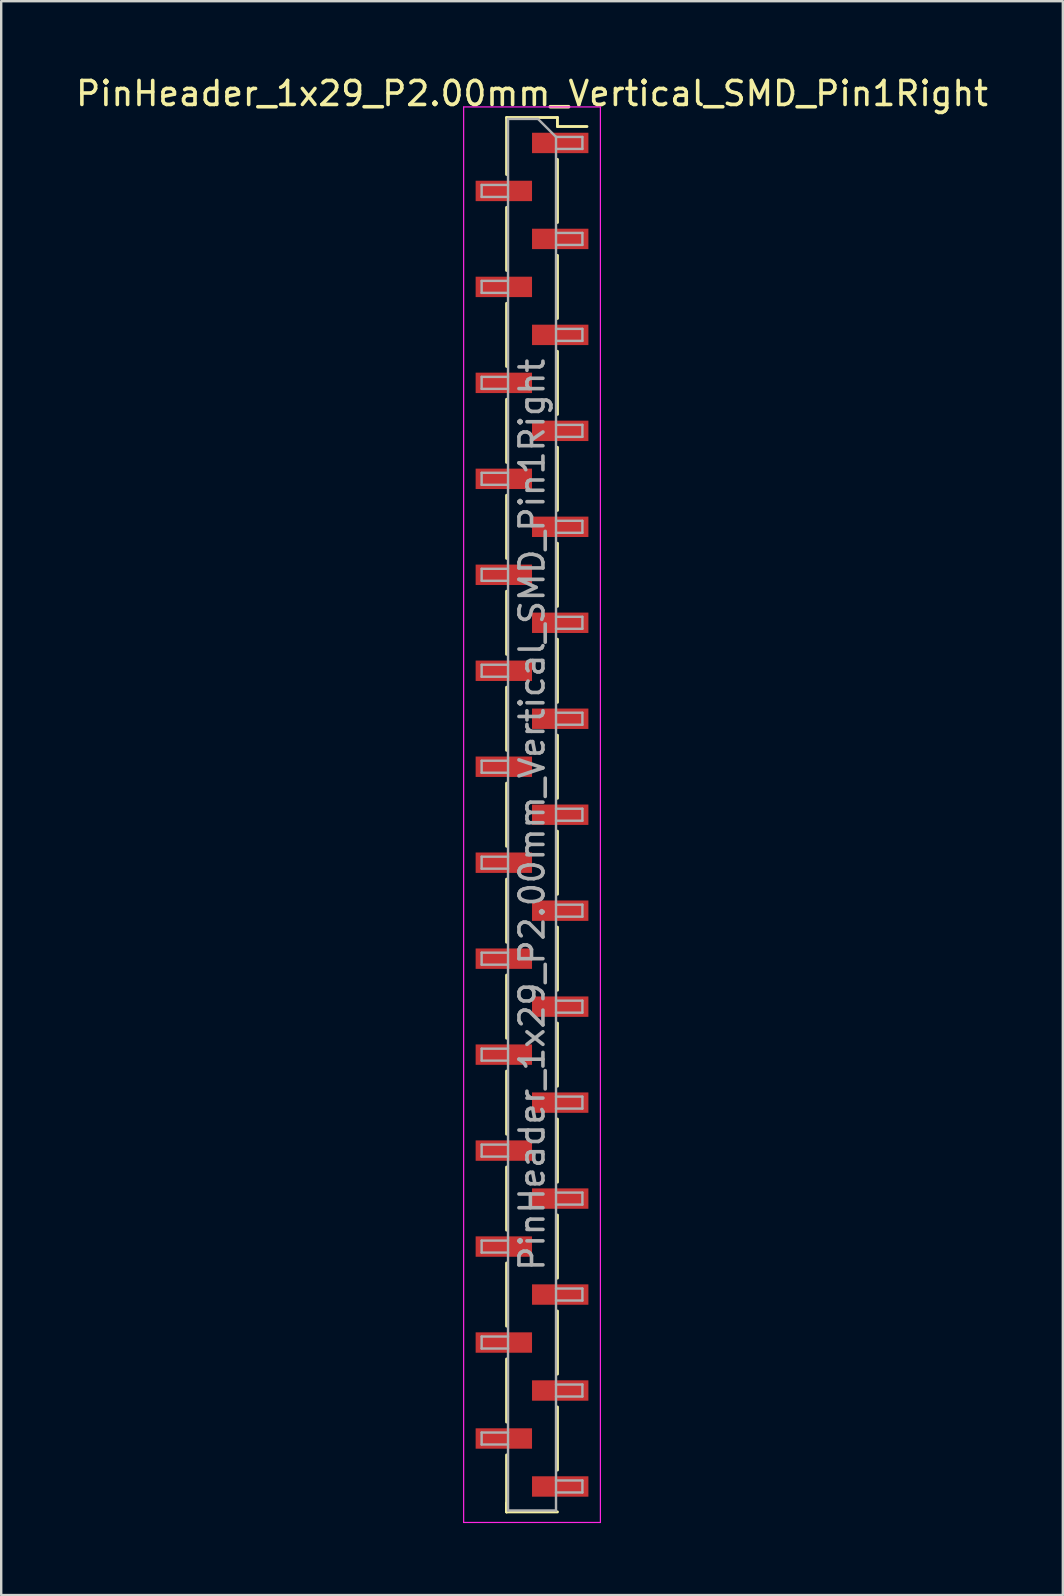
<source format=kicad_pcb>
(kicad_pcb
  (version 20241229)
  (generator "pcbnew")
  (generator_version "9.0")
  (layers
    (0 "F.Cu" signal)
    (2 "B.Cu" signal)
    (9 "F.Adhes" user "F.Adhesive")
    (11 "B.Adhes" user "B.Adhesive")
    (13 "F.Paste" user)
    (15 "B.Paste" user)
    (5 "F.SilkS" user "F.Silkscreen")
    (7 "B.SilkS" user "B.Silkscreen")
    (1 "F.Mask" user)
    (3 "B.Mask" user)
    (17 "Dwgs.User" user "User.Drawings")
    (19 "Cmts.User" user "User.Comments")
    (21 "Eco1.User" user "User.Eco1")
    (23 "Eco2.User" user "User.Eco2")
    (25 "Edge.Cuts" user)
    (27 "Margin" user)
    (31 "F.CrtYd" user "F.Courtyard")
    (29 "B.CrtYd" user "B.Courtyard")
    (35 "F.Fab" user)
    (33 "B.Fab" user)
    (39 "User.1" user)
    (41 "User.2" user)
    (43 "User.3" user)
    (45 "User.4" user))
  (footprint "PinHeader_1x29_P2.00mm_Vertical_SMD_Pin1Right"
    (layer "F.Cu")
    (at 19.125 30.908)
    (property "Reference" "PinHeader_1x29_P2.00mm_Vertical_SMD_Pin1Right" (at 0 -30.06 0) (layer "F.SilkS") (effects (font (size 1 1) (thickness 0.15))))
    (attr smd)
    (fp_line (start -1.06 -29.06) (end -1.06 -26.685) (stroke (width 0.12) (type solid)) (layer "F.SilkS"))
    (fp_line (start -1.06 -29.06) (end 1.06 -29.06) (stroke (width 0.12) (type solid)) (layer "F.SilkS"))
    (fp_line (start -1.06 -25.315) (end -1.06 -22.685) (stroke (width 0.12) (type solid)) (layer "F.SilkS"))
    (fp_line (start -1.06 -21.315) (end -1.06 -18.685) (stroke (width 0.12) (type solid)) (layer "F.SilkS"))
    (fp_line (start -1.06 -17.315) (end -1.06 -14.685) (stroke (width 0.12) (type solid)) (layer "F.SilkS"))
    (fp_line (start -1.06 -13.315) (end -1.06 -10.685) (stroke (width 0.12) (type solid)) (layer "F.SilkS"))
    (fp_line (start -1.06 -9.315) (end -1.06 -6.685) (stroke (width 0.12) (type solid)) (layer "F.SilkS"))
    (fp_line (start -1.06 -5.315) (end -1.06 -2.685) (stroke (width 0.12) (type solid)) (layer "F.SilkS"))
    (fp_line (start -1.06 -1.315) (end -1.06 1.315) (stroke (width 0.12) (type solid)) (layer "F.SilkS"))
    (fp_line (start -1.06 2.685) (end -1.06 5.315) (stroke (width 0.12) (type solid)) (layer "F.SilkS"))
    (fp_line (start -1.06 6.685) (end -1.06 9.315) (stroke (width 0.12) (type solid)) (layer "F.SilkS"))
    (fp_line (start -1.06 10.685) (end -1.06 13.315) (stroke (width 0.12) (type solid)) (layer "F.SilkS"))
    (fp_line (start -1.06 14.685) (end -1.06 17.315) (stroke (width 0.12) (type solid)) (layer "F.SilkS"))
    (fp_line (start -1.06 18.685) (end -1.06 21.315) (stroke (width 0.12) (type solid)) (layer "F.SilkS"))
    (fp_line (start -1.06 22.685) (end -1.06 25.315) (stroke (width 0.12) (type solid)) (layer "F.SilkS"))
    (fp_line (start -1.06 26.685) (end -1.06 29.06) (stroke (width 0.12) (type solid)) (layer "F.SilkS"))
    (fp_line (start -1.06 28.685) (end -1.06 29.06) (stroke (width 0.12) (type solid)) (layer "F.SilkS"))
    (fp_line (start -1.06 29.06) (end 1.06 29.06) (stroke (width 0.12) (type solid)) (layer "F.SilkS"))
    (fp_line (start 1.06 -29.06) (end 1.06 -28.685) (stroke (width 0.12) (type solid)) (layer "F.SilkS"))
    (fp_line (start 1.06 -28.685) (end 2.29 -28.685) (stroke (width 0.12) (type solid)) (layer "F.SilkS"))
    (fp_line (start 1.06 -27.315) (end 1.06 -24.685) (stroke (width 0.12) (type solid)) (layer "F.SilkS"))
    (fp_line (start 1.06 -23.315) (end 1.06 -20.685) (stroke (width 0.12) (type solid)) (layer "F.SilkS"))
    (fp_line (start 1.06 -19.315) (end 1.06 -16.685) (stroke (width 0.12) (type solid)) (layer "F.SilkS"))
    (fp_line (start 1.06 -15.315) (end 1.06 -12.685) (stroke (width 0.12) (type solid)) (layer "F.SilkS"))
    (fp_line (start 1.06 -11.315) (end 1.06 -8.685) (stroke (width 0.12) (type solid)) (layer "F.SilkS"))
    (fp_line (start 1.06 -7.315) (end 1.06 -4.685) (stroke (width 0.12) (type solid)) (layer "F.SilkS"))
    (fp_line (start 1.06 -3.315) (end 1.06 -0.685) (stroke (width 0.12) (type solid)) (layer "F.SilkS"))
    (fp_line (start 1.06 0.685) (end 1.06 3.315) (stroke (width 0.12) (type solid)) (layer "F.SilkS"))
    (fp_line (start 1.06 4.685) (end 1.06 7.315) (stroke (width 0.12) (type solid)) (layer "F.SilkS"))
    (fp_line (start 1.06 8.685) (end 1.06 11.315) (stroke (width 0.12) (type solid)) (layer "F.SilkS"))
    (fp_line (start 1.06 12.685) (end 1.06 15.315) (stroke (width 0.12) (type solid)) (layer "F.SilkS"))
    (fp_line (start 1.06 16.685) (end 1.06 19.315) (stroke (width 0.12) (type solid)) (layer "F.SilkS"))
    (fp_line (start 1.06 20.685) (end 1.06 23.315) (stroke (width 0.12) (type solid)) (layer "F.SilkS"))
    (fp_line (start 1.06 24.685) (end 1.06 27.315) (stroke (width 0.12) (type solid)) (layer "F.SilkS"))
    (fp_line (start -2.85 -29.5) (end -2.85 29.5) (stroke (width 0.05) (type solid)) (layer "F.CrtYd"))
    (fp_line (start -2.85 29.5) (end 2.85 29.5) (stroke (width 0.05) (type solid)) (layer "F.CrtYd"))
    (fp_line (start 2.85 -29.5) (end -2.85 -29.5) (stroke (width 0.05) (type solid)) (layer "F.CrtYd"))
    (fp_line (start 2.85 29.5) (end 2.85 -29.5) (stroke (width 0.05) (type solid)) (layer "F.CrtYd"))
    (fp_line (start -2.1 -26.25) (end -2.1 -25.75) (stroke (width 0.1) (type solid)) (layer "F.Fab"))
    (fp_line (start -2.1 -25.75) (end -1 -25.75) (stroke (width 0.1) (type solid)) (layer "F.Fab"))
    (fp_line (start -2.1 -22.25) (end -2.1 -21.75) (stroke (width 0.1) (type solid)) (layer "F.Fab"))
    (fp_line (start -2.1 -21.75) (end -1 -21.75) (stroke (width 0.1) (type solid)) (layer "F.Fab"))
    (fp_line (start -2.1 -18.25) (end -2.1 -17.75) (stroke (width 0.1) (type solid)) (layer "F.Fab"))
    (fp_line (start -2.1 -17.75) (end -1 -17.75) (stroke (width 0.1) (type solid)) (layer "F.Fab"))
    (fp_line (start -2.1 -14.25) (end -2.1 -13.75) (stroke (width 0.1) (type solid)) (layer "F.Fab"))
    (fp_line (start -2.1 -13.75) (end -1 -13.75) (stroke (width 0.1) (type solid)) (layer "F.Fab"))
    (fp_line (start -2.1 -10.25) (end -2.1 -9.75) (stroke (width 0.1) (type solid)) (layer "F.Fab"))
    (fp_line (start -2.1 -9.75) (end -1 -9.75) (stroke (width 0.1) (type solid)) (layer "F.Fab"))
    (fp_line (start -2.1 -6.25) (end -2.1 -5.75) (stroke (width 0.1) (type solid)) (layer "F.Fab"))
    (fp_line (start -2.1 -5.75) (end -1 -5.75) (stroke (width 0.1) (type solid)) (layer "F.Fab"))
    (fp_line (start -2.1 -2.25) (end -2.1 -1.75) (stroke (width 0.1) (type solid)) (layer "F.Fab"))
    (fp_line (start -2.1 -1.75) (end -1 -1.75) (stroke (width 0.1) (type solid)) (layer "F.Fab"))
    (fp_line (start -2.1 1.75) (end -2.1 2.25) (stroke (width 0.1) (type solid)) (layer "F.Fab"))
    (fp_line (start -2.1 2.25) (end -1 2.25) (stroke (width 0.1) (type solid)) (layer "F.Fab"))
    (fp_line (start -2.1 5.75) (end -2.1 6.25) (stroke (width 0.1) (type solid)) (layer "F.Fab"))
    (fp_line (start -2.1 6.25) (end -1 6.25) (stroke (width 0.1) (type solid)) (layer "F.Fab"))
    (fp_line (start -2.1 9.75) (end -2.1 10.25) (stroke (width 0.1) (type solid)) (layer "F.Fab"))
    (fp_line (start -2.1 10.25) (end -1 10.25) (stroke (width 0.1) (type solid)) (layer "F.Fab"))
    (fp_line (start -2.1 13.75) (end -2.1 14.25) (stroke (width 0.1) (type solid)) (layer "F.Fab"))
    (fp_line (start -2.1 14.25) (end -1 14.25) (stroke (width 0.1) (type solid)) (layer "F.Fab"))
    (fp_line (start -2.1 17.75) (end -2.1 18.25) (stroke (width 0.1) (type solid)) (layer "F.Fab"))
    (fp_line (start -2.1 18.25) (end -1 18.25) (stroke (width 0.1) (type solid)) (layer "F.Fab"))
    (fp_line (start -2.1 21.75) (end -2.1 22.25) (stroke (width 0.1) (type solid)) (layer "F.Fab"))
    (fp_line (start -2.1 22.25) (end -1 22.25) (stroke (width 0.1) (type solid)) (layer "F.Fab"))
    (fp_line (start -2.1 25.75) (end -2.1 26.25) (stroke (width 0.1) (type solid)) (layer "F.Fab"))
    (fp_line (start -2.1 26.25) (end -1 26.25) (stroke (width 0.1) (type solid)) (layer "F.Fab"))
    (fp_line (start -1 -29) (end -1 29) (stroke (width 0.1) (type solid)) (layer "F.Fab"))
    (fp_line (start -1 -29) (end 0.25 -29) (stroke (width 0.1) (type solid)) (layer "F.Fab"))
    (fp_line (start -1 -26.25) (end -2.1 -26.25) (stroke (width 0.1) (type solid)) (layer "F.Fab"))
    (fp_line (start -1 -22.25) (end -2.1 -22.25) (stroke (width 0.1) (type solid)) (layer "F.Fab"))
    (fp_line (start -1 -18.25) (end -2.1 -18.25) (stroke (width 0.1) (type solid)) (layer "F.Fab"))
    (fp_line (start -1 -14.25) (end -2.1 -14.25) (stroke (width 0.1) (type solid)) (layer "F.Fab"))
    (fp_line (start -1 -10.25) (end -2.1 -10.25) (stroke (width 0.1) (type solid)) (layer "F.Fab"))
    (fp_line (start -1 -6.25) (end -2.1 -6.25) (stroke (width 0.1) (type solid)) (layer "F.Fab"))
    (fp_line (start -1 -2.25) (end -2.1 -2.25) (stroke (width 0.1) (type solid)) (layer "F.Fab"))
    (fp_line (start -1 1.75) (end -2.1 1.75) (stroke (width 0.1) (type solid)) (layer "F.Fab"))
    (fp_line (start -1 5.75) (end -2.1 5.75) (stroke (width 0.1) (type solid)) (layer "F.Fab"))
    (fp_line (start -1 9.75) (end -2.1 9.75) (stroke (width 0.1) (type solid)) (layer "F.Fab"))
    (fp_line (start -1 13.75) (end -2.1 13.75) (stroke (width 0.1) (type solid)) (layer "F.Fab"))
    (fp_line (start -1 17.75) (end -2.1 17.75) (stroke (width 0.1) (type solid)) (layer "F.Fab"))
    (fp_line (start -1 21.75) (end -2.1 21.75) (stroke (width 0.1) (type solid)) (layer "F.Fab"))
    (fp_line (start -1 25.75) (end -2.1 25.75) (stroke (width 0.1) (type solid)) (layer "F.Fab"))
    (fp_line (start 1 -28.25) (end 0.25 -29) (stroke (width 0.1) (type solid)) (layer "F.Fab"))
    (fp_line (start 1 -28.25) (end 2.1 -28.25) (stroke (width 0.1) (type solid)) (layer "F.Fab"))
    (fp_line (start 1 -24.25) (end 2.1 -24.25) (stroke (width 0.1) (type solid)) (layer "F.Fab"))
    (fp_line (start 1 -20.25) (end 2.1 -20.25) (stroke (width 0.1) (type solid)) (layer "F.Fab"))
    (fp_line (start 1 -16.25) (end 2.1 -16.25) (stroke (width 0.1) (type solid)) (layer "F.Fab"))
    (fp_line (start 1 -12.25) (end 2.1 -12.25) (stroke (width 0.1) (type solid)) (layer "F.Fab"))
    (fp_line (start 1 -8.25) (end 2.1 -8.25) (stroke (width 0.1) (type solid)) (layer "F.Fab"))
    (fp_line (start 1 -4.25) (end 2.1 -4.25) (stroke (width 0.1) (type solid)) (layer "F.Fab"))
    (fp_line (start 1 -0.25) (end 2.1 -0.25) (stroke (width 0.1) (type solid)) (layer "F.Fab"))
    (fp_line (start 1 3.75) (end 2.1 3.75) (stroke (width 0.1) (type solid)) (layer "F.Fab"))
    (fp_line (start 1 7.75) (end 2.1 7.75) (stroke (width 0.1) (type solid)) (layer "F.Fab"))
    (fp_line (start 1 11.75) (end 2.1 11.75) (stroke (width 0.1) (type solid)) (layer "F.Fab"))
    (fp_line (start 1 15.75) (end 2.1 15.75) (stroke (width 0.1) (type solid)) (layer "F.Fab"))
    (fp_line (start 1 19.75) (end 2.1 19.75) (stroke (width 0.1) (type solid)) (layer "F.Fab"))
    (fp_line (start 1 23.75) (end 2.1 23.75) (stroke (width 0.1) (type solid)) (layer "F.Fab"))
    (fp_line (start 1 27.75) (end 2.1 27.75) (stroke (width 0.1) (type solid)) (layer "F.Fab"))
    (fp_line (start 1 29) (end -1 29) (stroke (width 0.1) (type solid)) (layer "F.Fab"))
    (fp_line (start 1 29) (end 1 -28.25) (stroke (width 0.1) (type solid)) (layer "F.Fab"))
    (fp_line (start 2.1 -28.25) (end 2.1 -27.75) (stroke (width 0.1) (type solid)) (layer "F.Fab"))
    (fp_line (start 2.1 -27.75) (end 1 -27.75) (stroke (width 0.1) (type solid)) (layer "F.Fab"))
    (fp_line (start 2.1 -24.25) (end 2.1 -23.75) (stroke (width 0.1) (type solid)) (layer "F.Fab"))
    (fp_line (start 2.1 -23.75) (end 1 -23.75) (stroke (width 0.1) (type solid)) (layer "F.Fab"))
    (fp_line (start 2.1 -20.25) (end 2.1 -19.75) (stroke (width 0.1) (type solid)) (layer "F.Fab"))
    (fp_line (start 2.1 -19.75) (end 1 -19.75) (stroke (width 0.1) (type solid)) (layer "F.Fab"))
    (fp_line (start 2.1 -16.25) (end 2.1 -15.75) (stroke (width 0.1) (type solid)) (layer "F.Fab"))
    (fp_line (start 2.1 -15.75) (end 1 -15.75) (stroke (width 0.1) (type solid)) (layer "F.Fab"))
    (fp_line (start 2.1 -12.25) (end 2.1 -11.75) (stroke (width 0.1) (type solid)) (layer "F.Fab"))
    (fp_line (start 2.1 -11.75) (end 1 -11.75) (stroke (width 0.1) (type solid)) (layer "F.Fab"))
    (fp_line (start 2.1 -8.25) (end 2.1 -7.75) (stroke (width 0.1) (type solid)) (layer "F.Fab"))
    (fp_line (start 2.1 -7.75) (end 1 -7.75) (stroke (width 0.1) (type solid)) (layer "F.Fab"))
    (fp_line (start 2.1 -4.25) (end 2.1 -3.75) (stroke (width 0.1) (type solid)) (layer "F.Fab"))
    (fp_line (start 2.1 -3.75) (end 1 -3.75) (stroke (width 0.1) (type solid)) (layer "F.Fab"))
    (fp_line (start 2.1 -0.25) (end 2.1 0.25) (stroke (width 0.1) (type solid)) (layer "F.Fab"))
    (fp_line (start 2.1 0.25) (end 1 0.25) (stroke (width 0.1) (type solid)) (layer "F.Fab"))
    (fp_line (start 2.1 3.75) (end 2.1 4.25) (stroke (width 0.1) (type solid)) (layer "F.Fab"))
    (fp_line (start 2.1 4.25) (end 1 4.25) (stroke (width 0.1) (type solid)) (layer "F.Fab"))
    (fp_line (start 2.1 7.75) (end 2.1 8.25) (stroke (width 0.1) (type solid)) (layer "F.Fab"))
    (fp_line (start 2.1 8.25) (end 1 8.25) (stroke (width 0.1) (type solid)) (layer "F.Fab"))
    (fp_line (start 2.1 11.75) (end 2.1 12.25) (stroke (width 0.1) (type solid)) (layer "F.Fab"))
    (fp_line (start 2.1 12.25) (end 1 12.25) (stroke (width 0.1) (type solid)) (layer "F.Fab"))
    (fp_line (start 2.1 15.75) (end 2.1 16.25) (stroke (width 0.1) (type solid)) (layer "F.Fab"))
    (fp_line (start 2.1 16.25) (end 1 16.25) (stroke (width 0.1) (type solid)) (layer "F.Fab"))
    (fp_line (start 2.1 19.75) (end 2.1 20.25) (stroke (width 0.1) (type solid)) (layer "F.Fab"))
    (fp_line (start 2.1 20.25) (end 1 20.25) (stroke (width 0.1) (type solid)) (layer "F.Fab"))
    (fp_line (start 2.1 23.75) (end 2.1 24.25) (stroke (width 0.1) (type solid)) (layer "F.Fab"))
    (fp_line (start 2.1 24.25) (end 1 24.25) (stroke (width 0.1) (type solid)) (layer "F.Fab"))
    (fp_line (start 2.1 27.75) (end 2.1 28.25) (stroke (width 0.1) (type solid)) (layer "F.Fab"))
    (fp_line (start 2.1 28.25) (end 1 28.25) (stroke (width 0.1) (type solid)) (layer "F.Fab"))
    (fp_text user "${REFERENCE}" (at 0 0 90) (layer "F.Fab") (effects (font (size 1 1) (thickness 0.15))))
    (pad "1" smd rect (at 1.175 -28) (size 2.35 0.85) (layers "F.Cu" "F.Mask" "F.Paste"))
    (pad "2" smd rect (at -1.175 -26) (size 2.35 0.85) (layers "F.Cu" "F.Mask" "F.Paste"))
    (pad "3" smd rect (at 1.175 -24) (size 2.35 0.85) (layers "F.Cu" "F.Mask" "F.Paste"))
    (pad "4" smd rect (at -1.175 -22) (size 2.35 0.85) (layers "F.Cu" "F.Mask" "F.Paste"))
    (pad "5" smd rect (at 1.175 -20) (size 2.35 0.85) (layers "F.Cu" "F.Mask" "F.Paste"))
    (pad "6" smd rect (at -1.175 -18) (size 2.35 0.85) (layers "F.Cu" "F.Mask" "F.Paste"))
    (pad "7" smd rect (at 1.175 -16) (size 2.35 0.85) (layers "F.Cu" "F.Mask" "F.Paste"))
    (pad "8" smd rect (at -1.175 -14) (size 2.35 0.85) (layers "F.Cu" "F.Mask" "F.Paste"))
    (pad "9" smd rect (at 1.175 -12) (size 2.35 0.85) (layers "F.Cu" "F.Mask" "F.Paste"))
    (pad "10" smd rect (at -1.175 -10) (size 2.35 0.85) (layers "F.Cu" "F.Mask" "F.Paste"))
    (pad "11" smd rect (at 1.175 -8) (size 2.35 0.85) (layers "F.Cu" "F.Mask" "F.Paste"))
    (pad "12" smd rect (at -1.175 -6) (size 2.35 0.85) (layers "F.Cu" "F.Mask" "F.Paste"))
    (pad "13" smd rect (at 1.175 -4) (size 2.35 0.85) (layers "F.Cu" "F.Mask" "F.Paste"))
    (pad "14" smd rect (at -1.175 -2) (size 2.35 0.85) (layers "F.Cu" "F.Mask" "F.Paste"))
    (pad "15" smd rect (at 1.175 0) (size 2.35 0.85) (layers "F.Cu" "F.Mask" "F.Paste"))
    (pad "16" smd rect (at -1.175 2) (size 2.35 0.85) (layers "F.Cu" "F.Mask" "F.Paste"))
    (pad "17" smd rect (at 1.175 4) (size 2.35 0.85) (layers "F.Cu" "F.Mask" "F.Paste"))
    (pad "18" smd rect (at -1.175 6) (size 2.35 0.85) (layers "F.Cu" "F.Mask" "F.Paste"))
    (pad "19" smd rect (at 1.175 8) (size 2.35 0.85) (layers "F.Cu" "F.Mask" "F.Paste"))
    (pad "20" smd rect (at -1.175 10) (size 2.35 0.85) (layers "F.Cu" "F.Mask" "F.Paste"))
    (pad "21" smd rect (at 1.175 12) (size 2.35 0.85) (layers "F.Cu" "F.Mask" "F.Paste"))
    (pad "22" smd rect (at -1.175 14) (size 2.35 0.85) (layers "F.Cu" "F.Mask" "F.Paste"))
    (pad "23" smd rect (at 1.175 16) (size 2.35 0.85) (layers "F.Cu" "F.Mask" "F.Paste"))
    (pad "24" smd rect (at -1.175 18) (size 2.35 0.85) (layers "F.Cu" "F.Mask" "F.Paste"))
    (pad "25" smd rect (at 1.175 20) (size 2.35 0.85) (layers "F.Cu" "F.Mask" "F.Paste"))
    (pad "26" smd rect (at -1.175 22) (size 2.35 0.85) (layers "F.Cu" "F.Mask" "F.Paste"))
    (pad "27" smd rect (at 1.175 24) (size 2.35 0.85) (layers "F.Cu" "F.Mask" "F.Paste"))
    (pad "28" smd rect (at -1.175 26) (size 2.35 0.85) (layers "F.Cu" "F.Mask" "F.Paste"))
    (pad "29" smd rect (at 1.175 28) (size 2.35 0.85) (layers "F.Cu" "F.Mask" "F.Paste")))
  (gr_rect
    (start -3 -3)
    (end 41.25 63.433)
    (stroke (width 0.1) (type default))
    (fill no)
    (layer "Edge.Cuts")))
</source>
